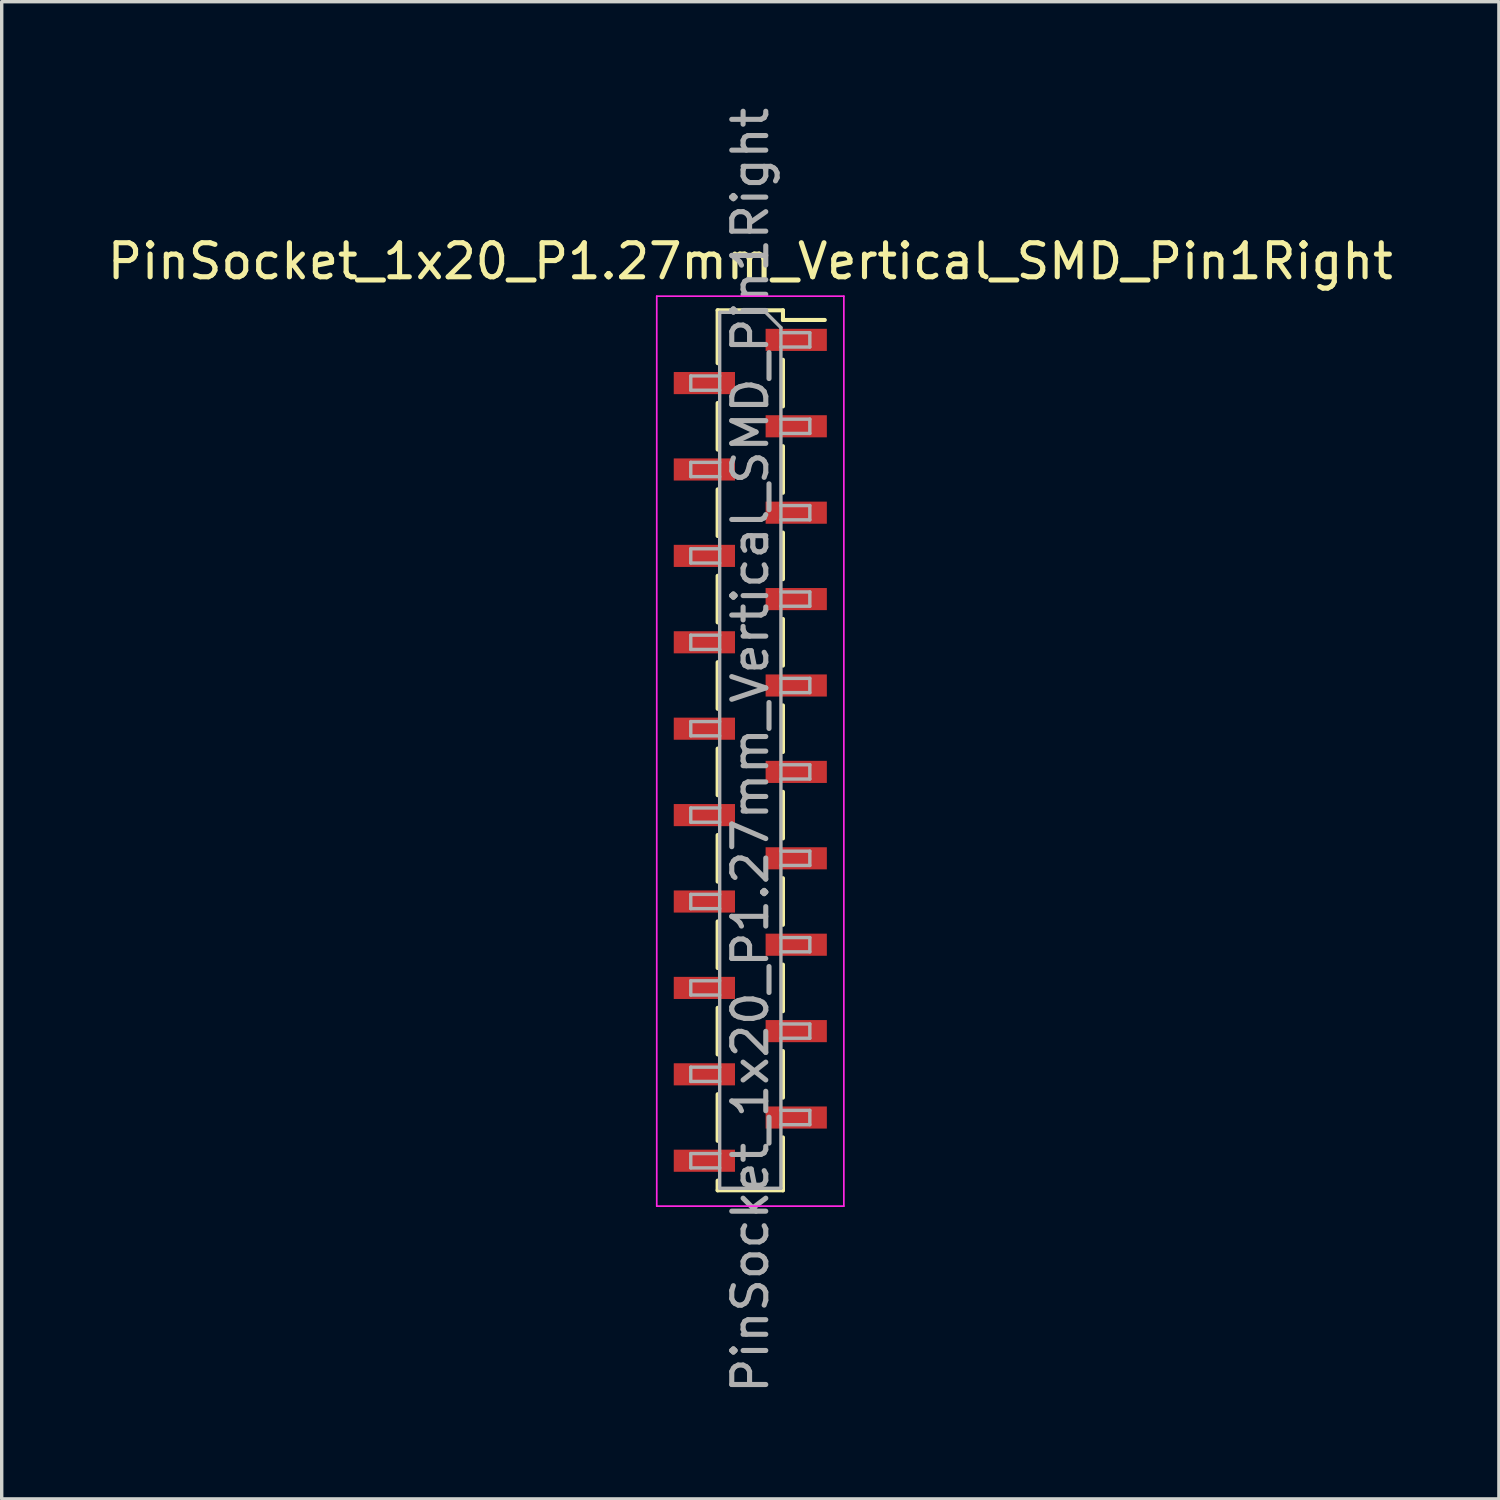
<source format=kicad_pcb>
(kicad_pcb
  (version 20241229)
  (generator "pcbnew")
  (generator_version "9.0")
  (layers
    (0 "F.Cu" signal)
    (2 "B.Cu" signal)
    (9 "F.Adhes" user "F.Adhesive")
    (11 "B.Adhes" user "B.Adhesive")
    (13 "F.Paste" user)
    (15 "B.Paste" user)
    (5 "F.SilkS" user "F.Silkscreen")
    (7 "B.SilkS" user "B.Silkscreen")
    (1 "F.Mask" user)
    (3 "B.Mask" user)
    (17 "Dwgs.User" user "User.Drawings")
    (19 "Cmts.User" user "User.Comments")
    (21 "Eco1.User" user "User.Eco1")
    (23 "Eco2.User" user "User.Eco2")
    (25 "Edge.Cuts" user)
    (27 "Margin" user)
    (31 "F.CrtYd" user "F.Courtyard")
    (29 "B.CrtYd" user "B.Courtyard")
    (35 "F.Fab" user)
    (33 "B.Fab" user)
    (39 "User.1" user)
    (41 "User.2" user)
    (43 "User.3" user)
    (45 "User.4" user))
  (footprint "PinSocket_1x20_P1.27mm_Vertical_SMD_Pin1Right"
    (layer "F.Cu")
    (at 19.006 19.006)
    (property "Reference" "PinSocket_1x20_P1.27mm_Vertical_SMD_Pin1Right" (at 0 -14.375 0) (layer "F.SilkS") (effects (font (size 1 1) (thickness 0.15))))
    (attr smd)
    (fp_line (start -0.96 -12.935) (end -0.96 -11.38) (stroke (width 0.12) (type solid)) (layer "F.SilkS"))
    (fp_line (start -0.96 -12.935) (end 0.96 -12.935) (stroke (width 0.12) (type solid)) (layer "F.SilkS"))
    (fp_line (start -0.96 -10.21) (end -0.96 -8.84) (stroke (width 0.12) (type solid)) (layer "F.SilkS"))
    (fp_line (start -0.96 -7.67) (end -0.96 -6.3) (stroke (width 0.12) (type solid)) (layer "F.SilkS"))
    (fp_line (start -0.96 -5.13) (end -0.96 -3.76) (stroke (width 0.12) (type solid)) (layer "F.SilkS"))
    (fp_line (start -0.96 -2.59) (end -0.96 -1.22) (stroke (width 0.12) (type solid)) (layer "F.SilkS"))
    (fp_line (start -0.96 -0.05) (end -0.96 1.32) (stroke (width 0.12) (type solid)) (layer "F.SilkS"))
    (fp_line (start -0.96 2.49) (end -0.96 3.86) (stroke (width 0.12) (type solid)) (layer "F.SilkS"))
    (fp_line (start -0.96 5.03) (end -0.96 6.4) (stroke (width 0.12) (type solid)) (layer "F.SilkS"))
    (fp_line (start -0.96 7.57) (end -0.96 8.94) (stroke (width 0.12) (type solid)) (layer "F.SilkS"))
    (fp_line (start -0.96 10.11) (end -0.96 11.48) (stroke (width 0.12) (type solid)) (layer "F.SilkS"))
    (fp_line (start -0.96 12.65) (end -0.96 12.935) (stroke (width 0.12) (type solid)) (layer "F.SilkS"))
    (fp_line (start -0.96 12.935) (end 0.96 12.935) (stroke (width 0.12) (type solid)) (layer "F.SilkS"))
    (fp_line (start 0.96 -12.935) (end 0.96 -12.65) (stroke (width 0.12) (type solid)) (layer "F.SilkS"))
    (fp_line (start 0.96 -12.65) (end 2.19 -12.65) (stroke (width 0.12) (type solid)) (layer "F.SilkS"))
    (fp_line (start 0.96 -11.48) (end 0.96 -10.11) (stroke (width 0.12) (type solid)) (layer "F.SilkS"))
    (fp_line (start 0.96 -8.94) (end 0.96 -7.57) (stroke (width 0.12) (type solid)) (layer "F.SilkS"))
    (fp_line (start 0.96 -6.4) (end 0.96 -5.03) (stroke (width 0.12) (type solid)) (layer "F.SilkS"))
    (fp_line (start 0.96 -3.86) (end 0.96 -2.49) (stroke (width 0.12) (type solid)) (layer "F.SilkS"))
    (fp_line (start 0.96 -1.32) (end 0.96 0.05) (stroke (width 0.12) (type solid)) (layer "F.SilkS"))
    (fp_line (start 0.96 1.22) (end 0.96 2.59) (stroke (width 0.12) (type solid)) (layer "F.SilkS"))
    (fp_line (start 0.96 3.76) (end 0.96 5.13) (stroke (width 0.12) (type solid)) (layer "F.SilkS"))
    (fp_line (start 0.96 6.3) (end 0.96 7.67) (stroke (width 0.12) (type solid)) (layer "F.SilkS"))
    (fp_line (start 0.96 8.84) (end 0.96 10.21) (stroke (width 0.12) (type solid)) (layer "F.SilkS"))
    (fp_line (start 0.96 11.38) (end 0.96 12.935) (stroke (width 0.12) (type solid)) (layer "F.SilkS"))
    (fp_line (start -2.75 -13.35) (end 2.75 -13.35) (stroke (width 0.05) (type solid)) (layer "F.CrtYd"))
    (fp_line (start -2.75 13.4) (end -2.75 -13.35) (stroke (width 0.05) (type solid)) (layer "F.CrtYd"))
    (fp_line (start 2.75 -13.35) (end 2.75 13.4) (stroke (width 0.05) (type solid)) (layer "F.CrtYd"))
    (fp_line (start 2.75 13.4) (end -2.75 13.4) (stroke (width 0.05) (type solid)) (layer "F.CrtYd"))
    (fp_line (start -1.75 -11.005) (end -0.9 -11.005) (stroke (width 0.1) (type solid)) (layer "F.Fab"))
    (fp_line (start -1.75 -10.585) (end -1.75 -11.005) (stroke (width 0.1) (type solid)) (layer "F.Fab"))
    (fp_line (start -1.75 -8.465) (end -0.9 -8.465) (stroke (width 0.1) (type solid)) (layer "F.Fab"))
    (fp_line (start -1.75 -8.045) (end -1.75 -8.465) (stroke (width 0.1) (type solid)) (layer "F.Fab"))
    (fp_line (start -1.75 -5.925) (end -0.9 -5.925) (stroke (width 0.1) (type solid)) (layer "F.Fab"))
    (fp_line (start -1.75 -5.505) (end -1.75 -5.925) (stroke (width 0.1) (type solid)) (layer "F.Fab"))
    (fp_line (start -1.75 -3.385) (end -0.9 -3.385) (stroke (width 0.1) (type solid)) (layer "F.Fab"))
    (fp_line (start -1.75 -2.965) (end -1.75 -3.385) (stroke (width 0.1) (type solid)) (layer "F.Fab"))
    (fp_line (start -1.75 -0.845) (end -0.9 -0.845) (stroke (width 0.1) (type solid)) (layer "F.Fab"))
    (fp_line (start -1.75 -0.425) (end -1.75 -0.845) (stroke (width 0.1) (type solid)) (layer "F.Fab"))
    (fp_line (start -1.75 1.695) (end -0.9 1.695) (stroke (width 0.1) (type solid)) (layer "F.Fab"))
    (fp_line (start -1.75 2.115) (end -1.75 1.695) (stroke (width 0.1) (type solid)) (layer "F.Fab"))
    (fp_line (start -1.75 4.235) (end -0.9 4.235) (stroke (width 0.1) (type solid)) (layer "F.Fab"))
    (fp_line (start -1.75 4.655) (end -1.75 4.235) (stroke (width 0.1) (type solid)) (layer "F.Fab"))
    (fp_line (start -1.75 6.775) (end -0.9 6.775) (stroke (width 0.1) (type solid)) (layer "F.Fab"))
    (fp_line (start -1.75 7.195) (end -1.75 6.775) (stroke (width 0.1) (type solid)) (layer "F.Fab"))
    (fp_line (start -1.75 9.315) (end -0.9 9.315) (stroke (width 0.1) (type solid)) (layer "F.Fab"))
    (fp_line (start -1.75 9.735) (end -1.75 9.315) (stroke (width 0.1) (type solid)) (layer "F.Fab"))
    (fp_line (start -1.75 11.855) (end -0.9 11.855) (stroke (width 0.1) (type solid)) (layer "F.Fab"))
    (fp_line (start -1.75 12.275) (end -1.75 11.855) (stroke (width 0.1) (type solid)) (layer "F.Fab"))
    (fp_line (start -0.9 -12.875) (end 0.45 -12.875) (stroke (width 0.1) (type solid)) (layer "F.Fab"))
    (fp_line (start -0.9 -10.585) (end -1.75 -10.585) (stroke (width 0.1) (type solid)) (layer "F.Fab"))
    (fp_line (start -0.9 -8.045) (end -1.75 -8.045) (stroke (width 0.1) (type solid)) (layer "F.Fab"))
    (fp_line (start -0.9 -5.505) (end -1.75 -5.505) (stroke (width 0.1) (type solid)) (layer "F.Fab"))
    (fp_line (start -0.9 -2.965) (end -1.75 -2.965) (stroke (width 0.1) (type solid)) (layer "F.Fab"))
    (fp_line (start -0.9 -0.425) (end -1.75 -0.425) (stroke (width 0.1) (type solid)) (layer "F.Fab"))
    (fp_line (start -0.9 2.115) (end -1.75 2.115) (stroke (width 0.1) (type solid)) (layer "F.Fab"))
    (fp_line (start -0.9 4.655) (end -1.75 4.655) (stroke (width 0.1) (type solid)) (layer "F.Fab"))
    (fp_line (start -0.9 7.195) (end -1.75 7.195) (stroke (width 0.1) (type solid)) (layer "F.Fab"))
    (fp_line (start -0.9 9.735) (end -1.75 9.735) (stroke (width 0.1) (type solid)) (layer "F.Fab"))
    (fp_line (start -0.9 12.275) (end -1.75 12.275) (stroke (width 0.1) (type solid)) (layer "F.Fab"))
    (fp_line (start -0.9 12.875) (end -0.9 -12.875) (stroke (width 0.1) (type solid)) (layer "F.Fab"))
    (fp_line (start 0.45 -12.875) (end 0.9 -12.425) (stroke (width 0.1) (type solid)) (layer "F.Fab"))
    (fp_line (start 0.9 -12.425) (end 0.9 12.875) (stroke (width 0.1) (type solid)) (layer "F.Fab"))
    (fp_line (start 0.9 -12.275) (end 1.75 -12.275) (stroke (width 0.1) (type solid)) (layer "F.Fab"))
    (fp_line (start 0.9 -9.735) (end 1.75 -9.735) (stroke (width 0.1) (type solid)) (layer "F.Fab"))
    (fp_line (start 0.9 -7.195) (end 1.75 -7.195) (stroke (width 0.1) (type solid)) (layer "F.Fab"))
    (fp_line (start 0.9 -4.655) (end 1.75 -4.655) (stroke (width 0.1) (type solid)) (layer "F.Fab"))
    (fp_line (start 0.9 -2.115) (end 1.75 -2.115) (stroke (width 0.1) (type solid)) (layer "F.Fab"))
    (fp_line (start 0.9 0.425) (end 1.75 0.425) (stroke (width 0.1) (type solid)) (layer "F.Fab"))
    (fp_line (start 0.9 2.965) (end 1.75 2.965) (stroke (width 0.1) (type solid)) (layer "F.Fab"))
    (fp_line (start 0.9 5.505) (end 1.75 5.505) (stroke (width 0.1) (type solid)) (layer "F.Fab"))
    (fp_line (start 0.9 8.045) (end 1.75 8.045) (stroke (width 0.1) (type solid)) (layer "F.Fab"))
    (fp_line (start 0.9 10.585) (end 1.75 10.585) (stroke (width 0.1) (type solid)) (layer "F.Fab"))
    (fp_line (start 0.9 12.875) (end -0.9 12.875) (stroke (width 0.1) (type solid)) (layer "F.Fab"))
    (fp_line (start 1.75 -12.275) (end 1.75 -11.855) (stroke (width 0.1) (type solid)) (layer "F.Fab"))
    (fp_line (start 1.75 -11.855) (end 0.9 -11.855) (stroke (width 0.1) (type solid)) (layer "F.Fab"))
    (fp_line (start 1.75 -9.735) (end 1.75 -9.315) (stroke (width 0.1) (type solid)) (layer "F.Fab"))
    (fp_line (start 1.75 -9.315) (end 0.9 -9.315) (stroke (width 0.1) (type solid)) (layer "F.Fab"))
    (fp_line (start 1.75 -7.195) (end 1.75 -6.775) (stroke (width 0.1) (type solid)) (layer "F.Fab"))
    (fp_line (start 1.75 -6.775) (end 0.9 -6.775) (stroke (width 0.1) (type solid)) (layer "F.Fab"))
    (fp_line (start 1.75 -4.655) (end 1.75 -4.235) (stroke (width 0.1) (type solid)) (layer "F.Fab"))
    (fp_line (start 1.75 -4.235) (end 0.9 -4.235) (stroke (width 0.1) (type solid)) (layer "F.Fab"))
    (fp_line (start 1.75 -2.115) (end 1.75 -1.695) (stroke (width 0.1) (type solid)) (layer "F.Fab"))
    (fp_line (start 1.75 -1.695) (end 0.9 -1.695) (stroke (width 0.1) (type solid)) (layer "F.Fab"))
    (fp_line (start 1.75 0.425) (end 1.75 0.845) (stroke (width 0.1) (type solid)) (layer "F.Fab"))
    (fp_line (start 1.75 0.845) (end 0.9 0.845) (stroke (width 0.1) (type solid)) (layer "F.Fab"))
    (fp_line (start 1.75 2.965) (end 1.75 3.385) (stroke (width 0.1) (type solid)) (layer "F.Fab"))
    (fp_line (start 1.75 3.385) (end 0.9 3.385) (stroke (width 0.1) (type solid)) (layer "F.Fab"))
    (fp_line (start 1.75 5.505) (end 1.75 5.925) (stroke (width 0.1) (type solid)) (layer "F.Fab"))
    (fp_line (start 1.75 5.925) (end 0.9 5.925) (stroke (width 0.1) (type solid)) (layer "F.Fab"))
    (fp_line (start 1.75 8.045) (end 1.75 8.465) (stroke (width 0.1) (type solid)) (layer "F.Fab"))
    (fp_line (start 1.75 8.465) (end 0.9 8.465) (stroke (width 0.1) (type solid)) (layer "F.Fab"))
    (fp_line (start 1.75 10.585) (end 1.75 11.005) (stroke (width 0.1) (type solid)) (layer "F.Fab"))
    (fp_line (start 1.75 11.005) (end 0.9 11.005) (stroke (width 0.1) (type solid)) (layer "F.Fab"))
    (fp_text user "${REFERENCE}" (at 0 0 90) (layer "F.Fab") (effects (font (size 1 1) (thickness 0.15))))
    (pad "1" smd rect (at 1.35 -12.065) (size 1.8 0.65) (layers "F.Cu" "F.Mask" "F.Paste"))
    (pad "2" smd rect (at -1.35 -10.795) (size 1.8 0.65) (layers "F.Cu" "F.Mask" "F.Paste"))
    (pad "3" smd rect (at 1.35 -9.525) (size 1.8 0.65) (layers "F.Cu" "F.Mask" "F.Paste"))
    (pad "4" smd rect (at -1.35 -8.255) (size 1.8 0.65) (layers "F.Cu" "F.Mask" "F.Paste"))
    (pad "5" smd rect (at 1.35 -6.985) (size 1.8 0.65) (layers "F.Cu" "F.Mask" "F.Paste"))
    (pad "6" smd rect (at -1.35 -5.715) (size 1.8 0.65) (layers "F.Cu" "F.Mask" "F.Paste"))
    (pad "7" smd rect (at 1.35 -4.445) (size 1.8 0.65) (layers "F.Cu" "F.Mask" "F.Paste"))
    (pad "8" smd rect (at -1.35 -3.175) (size 1.8 0.65) (layers "F.Cu" "F.Mask" "F.Paste"))
    (pad "9" smd rect (at 1.35 -1.905) (size 1.8 0.65) (layers "F.Cu" "F.Mask" "F.Paste"))
    (pad "10" smd rect (at -1.35 -0.635) (size 1.8 0.65) (layers "F.Cu" "F.Mask" "F.Paste"))
    (pad "11" smd rect (at 1.35 0.635) (size 1.8 0.65) (layers "F.Cu" "F.Mask" "F.Paste"))
    (pad "12" smd rect (at -1.35 1.905) (size 1.8 0.65) (layers "F.Cu" "F.Mask" "F.Paste"))
    (pad "13" smd rect (at 1.35 3.175) (size 1.8 0.65) (layers "F.Cu" "F.Mask" "F.Paste"))
    (pad "14" smd rect (at -1.35 4.445) (size 1.8 0.65) (layers "F.Cu" "F.Mask" "F.Paste"))
    (pad "15" smd rect (at 1.35 5.715) (size 1.8 0.65) (layers "F.Cu" "F.Mask" "F.Paste"))
    (pad "16" smd rect (at -1.35 6.985) (size 1.8 0.65) (layers "F.Cu" "F.Mask" "F.Paste"))
    (pad "17" smd rect (at 1.35 8.255) (size 1.8 0.65) (layers "F.Cu" "F.Mask" "F.Paste"))
    (pad "18" smd rect (at -1.35 9.525) (size 1.8 0.65) (layers "F.Cu" "F.Mask" "F.Paste"))
    (pad "19" smd rect (at 1.35 10.795) (size 1.8 0.65) (layers "F.Cu" "F.Mask" "F.Paste"))
    (pad "20" smd rect (at -1.35 12.065) (size 1.8 0.65) (layers "F.Cu" "F.Mask" "F.Paste")))
  (gr_rect
    (start -3 -3)
    (end 41.012 41.012)
    (stroke (width 0.1) (type default))
    (fill no)
    (layer "Edge.Cuts")))
</source>
